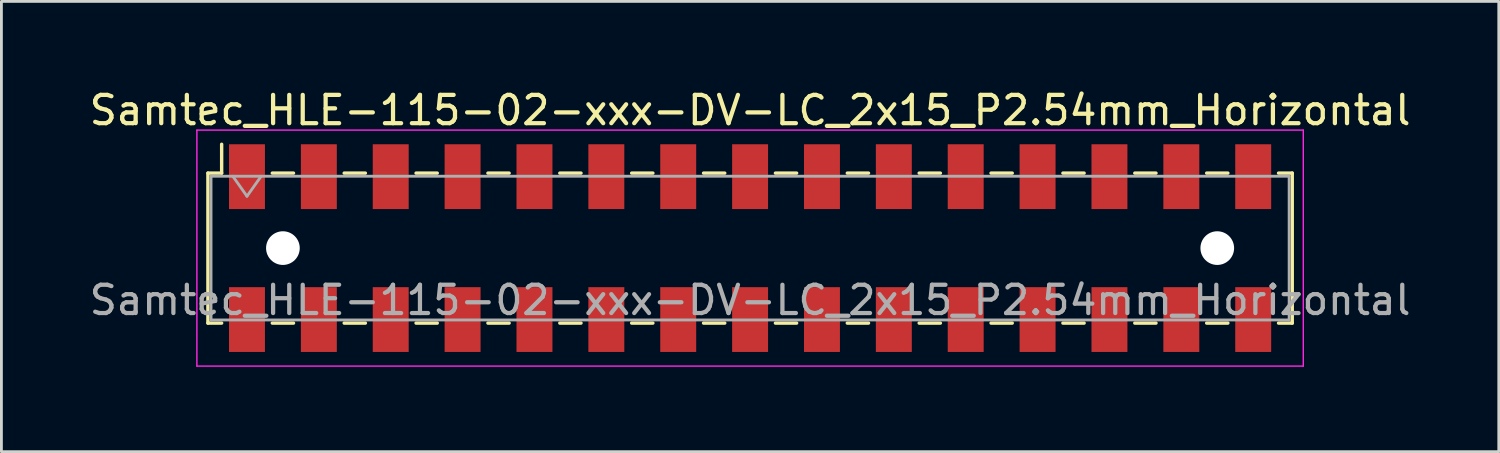
<source format=kicad_pcb>
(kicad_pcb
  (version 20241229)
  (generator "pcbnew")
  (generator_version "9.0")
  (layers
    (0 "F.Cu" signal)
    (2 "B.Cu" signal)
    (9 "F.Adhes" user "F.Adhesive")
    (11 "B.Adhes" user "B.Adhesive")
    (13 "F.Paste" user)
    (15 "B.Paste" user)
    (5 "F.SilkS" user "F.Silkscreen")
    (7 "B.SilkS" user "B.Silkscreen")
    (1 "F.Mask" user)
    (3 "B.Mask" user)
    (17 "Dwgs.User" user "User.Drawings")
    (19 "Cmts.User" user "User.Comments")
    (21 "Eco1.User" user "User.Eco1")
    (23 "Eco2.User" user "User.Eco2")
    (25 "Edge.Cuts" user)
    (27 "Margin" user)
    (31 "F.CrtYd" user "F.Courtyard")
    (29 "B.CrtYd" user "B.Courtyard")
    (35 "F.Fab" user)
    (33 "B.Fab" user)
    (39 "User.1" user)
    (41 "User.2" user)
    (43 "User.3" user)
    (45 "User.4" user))
  (footprint "Samtec_HLE-115-02-xxx-DV-LC_2x15_P2.54mm_Horizontal"
    (layer "F.Cu")
    (at 23.458 5.718)
    (property "Reference" "Samtec_HLE-115-02-xxx-DV-LC_2x15_P2.54mm_Horizontal" (at 0 -4.87 0) (layer "F.SilkS") (effects (font (size 1 1) (thickness 0.15))))
    (attr smd)
    (fp_line (start -19.16 -2.65) (end -19.16 2.65) (stroke (width 0.12) (type solid)) (layer "F.SilkS"))
    (fp_line (start -19.16 2.65) (end -18.675 2.65) (stroke (width 0.12) (type solid)) (layer "F.SilkS"))
    (fp_line (start -18.675 -3.67) (end -18.675 -2.65) (stroke (width 0.12) (type solid)) (layer "F.SilkS"))
    (fp_line (start -18.675 -2.65) (end -19.16 -2.65) (stroke (width 0.12) (type solid)) (layer "F.SilkS"))
    (fp_line (start -16.885 -2.65) (end -16.135 -2.65) (stroke (width 0.12) (type solid)) (layer "F.SilkS"))
    (fp_line (start -16.885 2.65) (end -16.135 2.65) (stroke (width 0.12) (type solid)) (layer "F.SilkS"))
    (fp_line (start -14.345 -2.65) (end -13.595 -2.65) (stroke (width 0.12) (type solid)) (layer "F.SilkS"))
    (fp_line (start -14.345 2.65) (end -13.595 2.65) (stroke (width 0.12) (type solid)) (layer "F.SilkS"))
    (fp_line (start -11.805 -2.65) (end -11.055 -2.65) (stroke (width 0.12) (type solid)) (layer "F.SilkS"))
    (fp_line (start -11.805 2.65) (end -11.055 2.65) (stroke (width 0.12) (type solid)) (layer "F.SilkS"))
    (fp_line (start -9.265 -2.65) (end -8.515 -2.65) (stroke (width 0.12) (type solid)) (layer "F.SilkS"))
    (fp_line (start -9.265 2.65) (end -8.515 2.65) (stroke (width 0.12) (type solid)) (layer "F.SilkS"))
    (fp_line (start -6.725 -2.65) (end -5.975 -2.65) (stroke (width 0.12) (type solid)) (layer "F.SilkS"))
    (fp_line (start -6.725 2.65) (end -5.975 2.65) (stroke (width 0.12) (type solid)) (layer "F.SilkS"))
    (fp_line (start -4.185 -2.65) (end -3.435 -2.65) (stroke (width 0.12) (type solid)) (layer "F.SilkS"))
    (fp_line (start -4.185 2.65) (end -3.435 2.65) (stroke (width 0.12) (type solid)) (layer "F.SilkS"))
    (fp_line (start -1.645 -2.65) (end -0.895 -2.65) (stroke (width 0.12) (type solid)) (layer "F.SilkS"))
    (fp_line (start -1.645 2.65) (end -0.895 2.65) (stroke (width 0.12) (type solid)) (layer "F.SilkS"))
    (fp_line (start 0.895 -2.65) (end 1.645 -2.65) (stroke (width 0.12) (type solid)) (layer "F.SilkS"))
    (fp_line (start 0.895 2.65) (end 1.645 2.65) (stroke (width 0.12) (type solid)) (layer "F.SilkS"))
    (fp_line (start 3.435 -2.65) (end 4.185 -2.65) (stroke (width 0.12) (type solid)) (layer "F.SilkS"))
    (fp_line (start 3.435 2.65) (end 4.185 2.65) (stroke (width 0.12) (type solid)) (layer "F.SilkS"))
    (fp_line (start 5.975 -2.65) (end 6.725 -2.65) (stroke (width 0.12) (type solid)) (layer "F.SilkS"))
    (fp_line (start 5.975 2.65) (end 6.725 2.65) (stroke (width 0.12) (type solid)) (layer "F.SilkS"))
    (fp_line (start 8.515 -2.65) (end 9.265 -2.65) (stroke (width 0.12) (type solid)) (layer "F.SilkS"))
    (fp_line (start 8.515 2.65) (end 9.265 2.65) (stroke (width 0.12) (type solid)) (layer "F.SilkS"))
    (fp_line (start 11.055 -2.65) (end 11.805 -2.65) (stroke (width 0.12) (type solid)) (layer "F.SilkS"))
    (fp_line (start 11.055 2.65) (end 11.805 2.65) (stroke (width 0.12) (type solid)) (layer "F.SilkS"))
    (fp_line (start 13.595 -2.65) (end 14.345 -2.65) (stroke (width 0.12) (type solid)) (layer "F.SilkS"))
    (fp_line (start 13.595 2.65) (end 14.345 2.65) (stroke (width 0.12) (type solid)) (layer "F.SilkS"))
    (fp_line (start 16.135 -2.65) (end 16.885 -2.65) (stroke (width 0.12) (type solid)) (layer "F.SilkS"))
    (fp_line (start 16.135 2.65) (end 16.885 2.65) (stroke (width 0.12) (type solid)) (layer "F.SilkS"))
    (fp_line (start 18.675 -2.65) (end 19.16 -2.65) (stroke (width 0.12) (type solid)) (layer "F.SilkS"))
    (fp_line (start 19.16 -2.65) (end 19.16 2.65) (stroke (width 0.12) (type solid)) (layer "F.SilkS"))
    (fp_line (start 19.16 2.65) (end 18.675 2.65) (stroke (width 0.12) (type solid)) (layer "F.SilkS"))
    (fp_line (start -19.55 -4.17) (end 19.55 -4.17) (stroke (width 0.05) (type solid)) (layer "F.CrtYd"))
    (fp_line (start -19.55 4.17) (end -19.55 -4.17) (stroke (width 0.05) (type solid)) (layer "F.CrtYd"))
    (fp_line (start 19.55 -4.17) (end 19.55 4.17) (stroke (width 0.05) (type solid)) (layer "F.CrtYd"))
    (fp_line (start 19.55 4.17) (end -19.55 4.17) (stroke (width 0.05) (type solid)) (layer "F.CrtYd"))
    (fp_line (start -19.05 -2.54) (end 19.05 -2.54) (stroke (width 0.1) (type solid)) (layer "F.Fab"))
    (fp_line (start -19.05 2.54) (end -19.05 -2.54) (stroke (width 0.1) (type solid)) (layer "F.Fab"))
    (fp_line (start -18.28 -2.54) (end -17.78 -1.833) (stroke (width 0.1) (type solid)) (layer "F.Fab"))
    (fp_line (start -17.78 -1.833) (end -17.28 -2.54) (stroke (width 0.1) (type solid)) (layer "F.Fab"))
    (fp_line (start 19.05 -2.54) (end 19.05 2.54) (stroke (width 0.1) (type solid)) (layer "F.Fab"))
    (fp_line (start 19.05 2.54) (end -19.05 2.54) (stroke (width 0.1) (type solid)) (layer "F.Fab"))
    (fp_text user "${REFERENCE}" (at 0 1.84 0) (layer "F.Fab") (effects (font (size 1 1) (thickness 0.15))))
    (pad "" np_thru_hole circle (at -16.51 0) (size 1.19 1.19) (drill 1.19) (layers "*.Cu" "*.Mask"))
    (pad "" np_thru_hole circle (at 16.51 0) (size 1.19 1.19) (drill 1.19) (layers "*.Cu" "*.Mask"))
    (pad "1" smd rect (at -17.78 -2.525) (size 1.27 2.29) (layers "F.Cu" "F.Mask" "F.Paste"))
    (pad "2" smd rect (at -17.78 2.525) (size 1.27 2.29) (layers "F.Cu" "F.Mask" "F.Paste"))
    (pad "3" smd rect (at -15.24 -2.525) (size 1.27 2.29) (layers "F.Cu" "F.Mask" "F.Paste"))
    (pad "4" smd rect (at -15.24 2.525) (size 1.27 2.29) (layers "F.Cu" "F.Mask" "F.Paste"))
    (pad "5" smd rect (at -12.7 -2.525) (size 1.27 2.29) (layers "F.Cu" "F.Mask" "F.Paste"))
    (pad "6" smd rect (at -12.7 2.525) (size 1.27 2.29) (layers "F.Cu" "F.Mask" "F.Paste"))
    (pad "7" smd rect (at -10.16 -2.525) (size 1.27 2.29) (layers "F.Cu" "F.Mask" "F.Paste"))
    (pad "8" smd rect (at -10.16 2.525) (size 1.27 2.29) (layers "F.Cu" "F.Mask" "F.Paste"))
    (pad "9" smd rect (at -7.62 -2.525) (size 1.27 2.29) (layers "F.Cu" "F.Mask" "F.Paste"))
    (pad "10" smd rect (at -7.62 2.525) (size 1.27 2.29) (layers "F.Cu" "F.Mask" "F.Paste"))
    (pad "11" smd rect (at -5.08 -2.525) (size 1.27 2.29) (layers "F.Cu" "F.Mask" "F.Paste"))
    (pad "12" smd rect (at -5.08 2.525) (size 1.27 2.29) (layers "F.Cu" "F.Mask" "F.Paste"))
    (pad "13" smd rect (at -2.54 -2.525) (size 1.27 2.29) (layers "F.Cu" "F.Mask" "F.Paste"))
    (pad "14" smd rect (at -2.54 2.525) (size 1.27 2.29) (layers "F.Cu" "F.Mask" "F.Paste"))
    (pad "15" smd rect (at 0 -2.525) (size 1.27 2.29) (layers "F.Cu" "F.Mask" "F.Paste"))
    (pad "16" smd rect (at 0 2.525) (size 1.27 2.29) (layers "F.Cu" "F.Mask" "F.Paste"))
    (pad "17" smd rect (at 2.54 -2.525) (size 1.27 2.29) (layers "F.Cu" "F.Mask" "F.Paste"))
    (pad "18" smd rect (at 2.54 2.525) (size 1.27 2.29) (layers "F.Cu" "F.Mask" "F.Paste"))
    (pad "19" smd rect (at 5.08 -2.525) (size 1.27 2.29) (layers "F.Cu" "F.Mask" "F.Paste"))
    (pad "20" smd rect (at 5.08 2.525) (size 1.27 2.29) (layers "F.Cu" "F.Mask" "F.Paste"))
    (pad "21" smd rect (at 7.62 -2.525) (size 1.27 2.29) (layers "F.Cu" "F.Mask" "F.Paste"))
    (pad "22" smd rect (at 7.62 2.525) (size 1.27 2.29) (layers "F.Cu" "F.Mask" "F.Paste"))
    (pad "23" smd rect (at 10.16 -2.525) (size 1.27 2.29) (layers "F.Cu" "F.Mask" "F.Paste"))
    (pad "24" smd rect (at 10.16 2.525) (size 1.27 2.29) (layers "F.Cu" "F.Mask" "F.Paste"))
    (pad "25" smd rect (at 12.7 -2.525) (size 1.27 2.29) (layers "F.Cu" "F.Mask" "F.Paste"))
    (pad "26" smd rect (at 12.7 2.525) (size 1.27 2.29) (layers "F.Cu" "F.Mask" "F.Paste"))
    (pad "27" smd rect (at 15.24 -2.525) (size 1.27 2.29) (layers "F.Cu" "F.Mask" "F.Paste"))
    (pad "28" smd rect (at 15.24 2.525) (size 1.27 2.29) (layers "F.Cu" "F.Mask" "F.Paste"))
    (pad "29" smd rect (at 17.78 -2.525) (size 1.27 2.29) (layers "F.Cu" "F.Mask" "F.Paste"))
    (pad "30" smd rect (at 17.78 2.525) (size 1.27 2.29) (layers "F.Cu" "F.Mask" "F.Paste")))
  (gr_rect
    (start -3 -3)
    (end 49.917 12.913)
    (stroke (width 0.1) (type default))
    (fill no)
    (layer "Edge.Cuts")))
</source>
